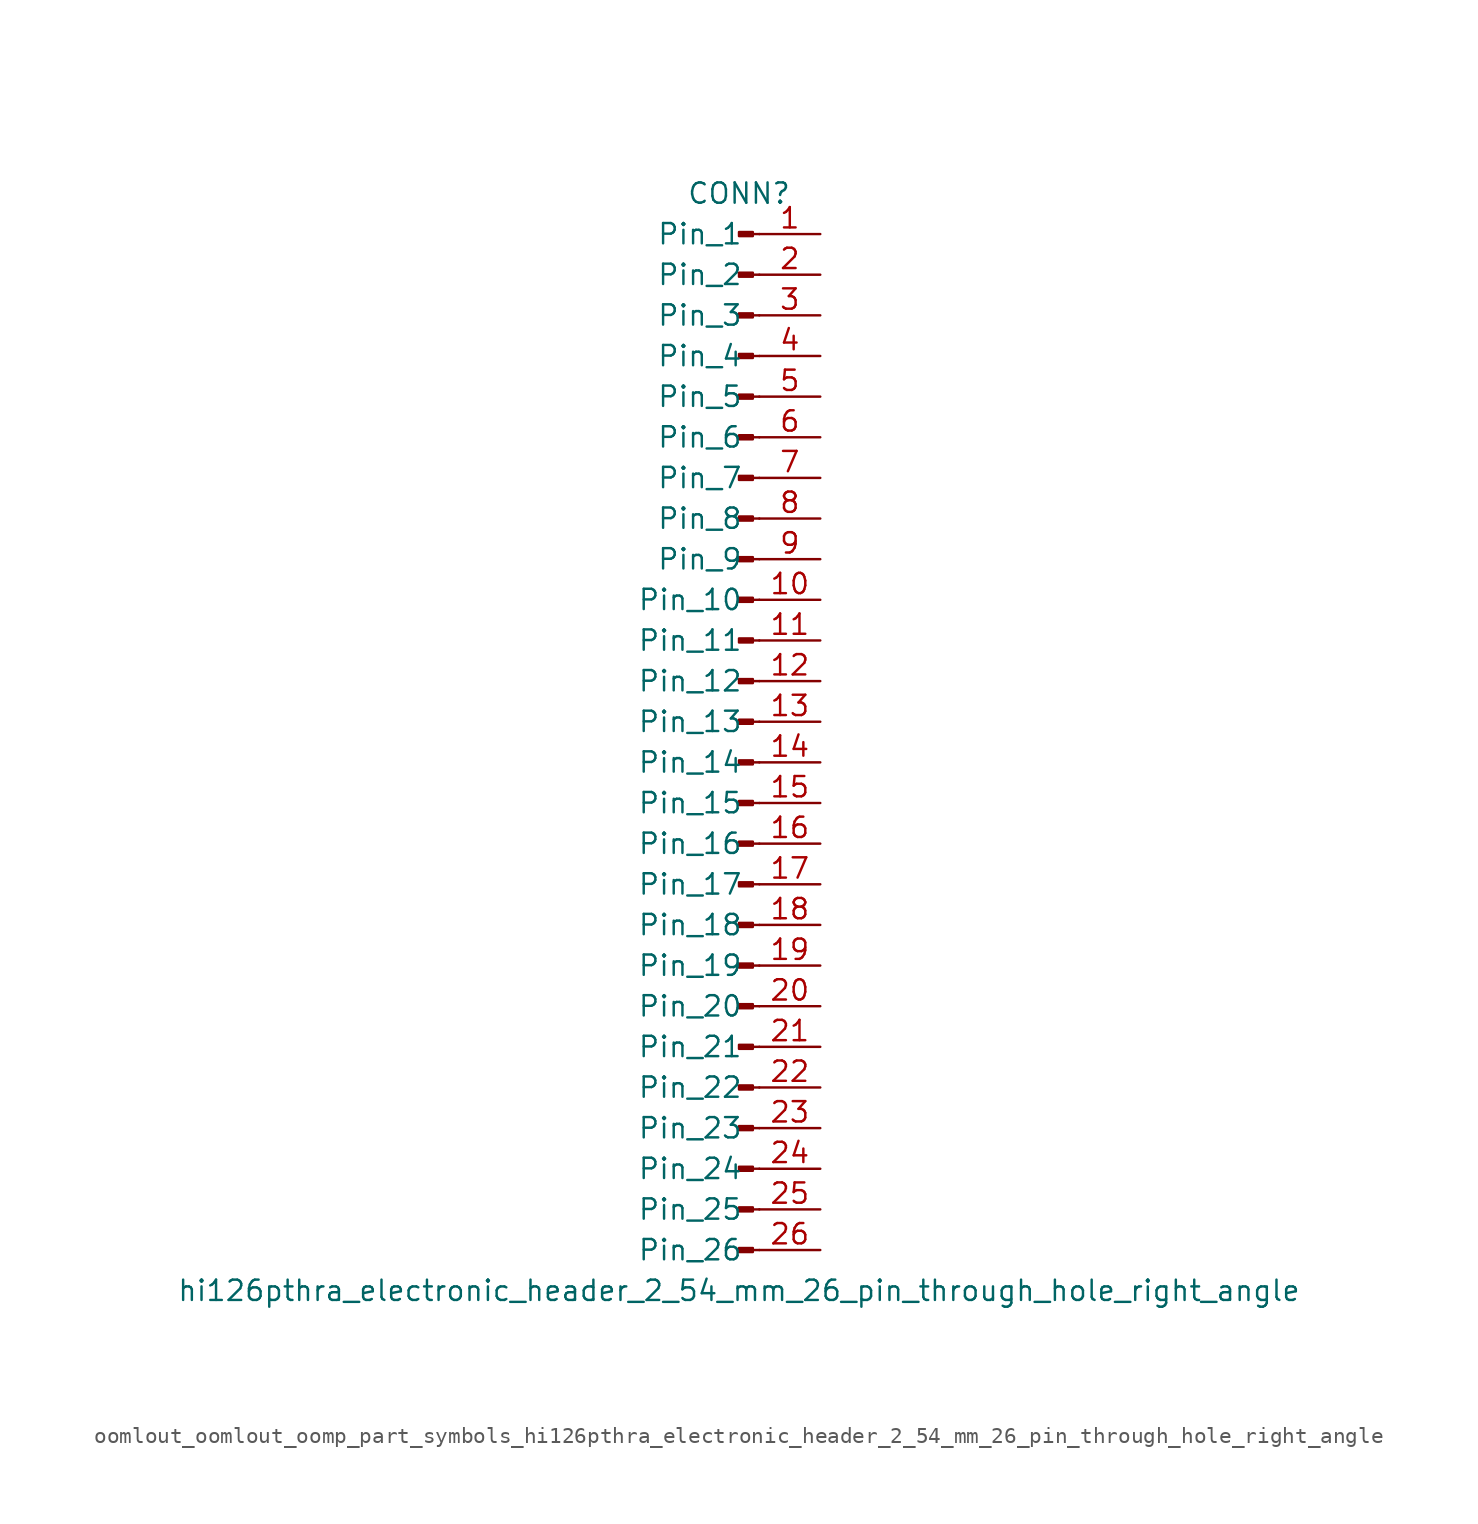
<source format=kicad_sym>
(kicad_symbol_lib
  (version 20220914)
  (generator kicad_symbol_editor)
  (symbol "oomlout_oomlout_oomp_part_symbols_hi126pthra_electronic_header_2_54_mm_26_pin_through_hole_right_angle"
    (pin_names
      (offset 1.016))
    (property "Reference" "CONN"
      (at 0 33.02 0)
      (effects (font (size 1.27 1.27))))
    (property "Value" "hi126pthra_electronic_header_2_54_mm_26_pin_through_hole_right_angle"
      (at 0 -35.56 0)
      (effects (font (size 1.27 1.27))))
    (property "ki_locked" ""
      (at 0 0 0)
      (effects (font (size 1.27 1.27))))
    (symbol "oomlout_oomlout_oomp_part_symbols_hi126pthra_electronic_header_2_54_mm_26_pin_through_hole_right_angle_1_1"
      (polyline (pts (xy 1.27 -33.02) (xy 0.864 -33.02)) (stroke (width 0.152) (type default)) (fill (type none)))
      (polyline (pts (xy 1.27 -30.48) (xy 0.864 -30.48)) (stroke (width 0.152) (type default)) (fill (type none)))
      (polyline (pts (xy 1.27 -27.94) (xy 0.864 -27.94)) (stroke (width 0.152) (type default)) (fill (type none)))
      (polyline (pts (xy 1.27 -25.4) (xy 0.864 -25.4)) (stroke (width 0.152) (type default)) (fill (type none)))
      (polyline (pts (xy 1.27 -22.86) (xy 0.864 -22.86)) (stroke (width 0.152) (type default)) (fill (type none)))
      (polyline (pts (xy 1.27 -20.32) (xy 0.864 -20.32)) (stroke (width 0.152) (type default)) (fill (type none)))
      (polyline (pts (xy 1.27 -17.78) (xy 0.864 -17.78)) (stroke (width 0.152) (type default)) (fill (type none)))
      (polyline (pts (xy 1.27 -15.24) (xy 0.864 -15.24)) (stroke (width 0.152) (type default)) (fill (type none)))
      (polyline (pts (xy 1.27 -12.7) (xy 0.864 -12.7)) (stroke (width 0.152) (type default)) (fill (type none)))
      (polyline (pts (xy 1.27 -10.16) (xy 0.864 -10.16)) (stroke (width 0.152) (type default)) (fill (type none)))
      (polyline (pts (xy 1.27 -7.62) (xy 0.864 -7.62)) (stroke (width 0.152) (type default)) (fill (type none)))
      (polyline (pts (xy 1.27 -5.08) (xy 0.864 -5.08)) (stroke (width 0.152) (type default)) (fill (type none)))
      (polyline (pts (xy 1.27 -2.54) (xy 0.864 -2.54)) (stroke (width 0.152) (type default)) (fill (type none)))
      (polyline (pts (xy 1.27 0) (xy 0.864 0)) (stroke (width 0.152) (type default)) (fill (type none)))
      (polyline (pts (xy 1.27 2.54) (xy 0.864 2.54)) (stroke (width 0.152) (type default)) (fill (type none)))
      (polyline (pts (xy 1.27 5.08) (xy 0.864 5.08)) (stroke (width 0.152) (type default)) (fill (type none)))
      (polyline (pts (xy 1.27 7.62) (xy 0.864 7.62)) (stroke (width 0.152) (type default)) (fill (type none)))
      (polyline (pts (xy 1.27 10.16) (xy 0.864 10.16)) (stroke (width 0.152) (type default)) (fill (type none)))
      (polyline (pts (xy 1.27 12.7) (xy 0.864 12.7)) (stroke (width 0.152) (type default)) (fill (type none)))
      (polyline (pts (xy 1.27 15.24) (xy 0.864 15.24)) (stroke (width 0.152) (type default)) (fill (type none)))
      (polyline (pts (xy 1.27 17.78) (xy 0.864 17.78)) (stroke (width 0.152) (type default)) (fill (type none)))
      (polyline (pts (xy 1.27 20.32) (xy 0.864 20.32)) (stroke (width 0.152) (type default)) (fill (type none)))
      (polyline (pts (xy 1.27 22.86) (xy 0.864 22.86)) (stroke (width 0.152) (type default)) (fill (type none)))
      (polyline (pts (xy 1.27 25.4) (xy 0.864 25.4)) (stroke (width 0.152) (type default)) (fill (type none)))
      (polyline (pts (xy 1.27 27.94) (xy 0.864 27.94)) (stroke (width 0.152) (type default)) (fill (type none)))
      (polyline (pts (xy 1.27 30.48) (xy 0.864 30.48)) (stroke (width 0.152) (type default)) (fill (type none)))
      (rectangle (start 0.864 -32.893) (end 0 -33.147) (stroke (width 0.152) (type default)) (fill (type outline)))
      (rectangle (start 0.864 -30.353) (end 0 -30.607) (stroke (width 0.152) (type default)) (fill (type outline)))
      (rectangle (start 0.864 -27.813) (end 0 -28.067) (stroke (width 0.152) (type default)) (fill (type outline)))
      (rectangle (start 0.864 -25.273) (end 0 -25.527) (stroke (width 0.152) (type default)) (fill (type outline)))
      (rectangle (start 0.864 -22.733) (end 0 -22.987) (stroke (width 0.152) (type default)) (fill (type outline)))
      (rectangle (start 0.864 -20.193) (end 0 -20.447) (stroke (width 0.152) (type default)) (fill (type outline)))
      (rectangle (start 0.864 -17.653) (end 0 -17.907) (stroke (width 0.152) (type default)) (fill (type outline)))
      (rectangle (start 0.864 -15.113) (end 0 -15.367) (stroke (width 0.152) (type default)) (fill (type outline)))
      (rectangle (start 0.864 -12.573) (end 0 -12.827) (stroke (width 0.152) (type default)) (fill (type outline)))
      (rectangle (start 0.864 -10.033) (end 0 -10.287) (stroke (width 0.152) (type default)) (fill (type outline)))
      (rectangle (start 0.864 -7.493) (end 0 -7.747) (stroke (width 0.152) (type default)) (fill (type outline)))
      (rectangle (start 0.864 -4.953) (end 0 -5.207) (stroke (width 0.152) (type default)) (fill (type outline)))
      (rectangle (start 0.864 -2.413) (end 0 -2.667) (stroke (width 0.152) (type default)) (fill (type outline)))
      (rectangle (start 0.864 0.127) (end 0 -0.127) (stroke (width 0.152) (type default)) (fill (type outline)))
      (rectangle (start 0.864 2.667) (end 0 2.413) (stroke (width 0.152) (type default)) (fill (type outline)))
      (rectangle (start 0.864 5.207) (end 0 4.953) (stroke (width 0.152) (type default)) (fill (type outline)))
      (rectangle (start 0.864 7.747) (end 0 7.493) (stroke (width 0.152) (type default)) (fill (type outline)))
      (rectangle (start 0.864 10.287) (end 0 10.033) (stroke (width 0.152) (type default)) (fill (type outline)))
      (rectangle (start 0.864 12.827) (end 0 12.573) (stroke (width 0.152) (type default)) (fill (type outline)))
      (rectangle (start 0.864 15.367) (end 0 15.113) (stroke (width 0.152) (type default)) (fill (type outline)))
      (rectangle (start 0.864 17.907) (end 0 17.653) (stroke (width 0.152) (type default)) (fill (type outline)))
      (rectangle (start 0.864 20.447) (end 0 20.193) (stroke (width 0.152) (type default)) (fill (type outline)))
      (rectangle (start 0.864 22.987) (end 0 22.733) (stroke (width 0.152) (type default)) (fill (type outline)))
      (rectangle (start 0.864 25.527) (end 0 25.273) (stroke (width 0.152) (type default)) (fill (type outline)))
      (rectangle (start 0.864 28.067) (end 0 27.813) (stroke (width 0.152) (type default)) (fill (type outline)))
      (rectangle (start 0.864 30.607) (end 0 30.353) (stroke (width 0.152) (type default)) (fill (type outline)))
      (pin passive line (at 5.08 30.48 180) (length 3.81) (name "Pin_1" (effects (font (size 1.27 1.27)))) (number "1" (effects (font (size 1.27 1.27)))))
      (pin passive line (at 5.08 7.62 180) (length 3.81) (name "Pin_10" (effects (font (size 1.27 1.27)))) (number "10" (effects (font (size 1.27 1.27)))))
      (pin passive line (at 5.08 5.08 180) (length 3.81) (name "Pin_11" (effects (font (size 1.27 1.27)))) (number "11" (effects (font (size 1.27 1.27)))))
      (pin passive line (at 5.08 2.54 180) (length 3.81) (name "Pin_12" (effects (font (size 1.27 1.27)))) (number "12" (effects (font (size 1.27 1.27)))))
      (pin passive line (at 5.08 0 180) (length 3.81) (name "Pin_13" (effects (font (size 1.27 1.27)))) (number "13" (effects (font (size 1.27 1.27)))))
      (pin passive line (at 5.08 -2.54 180) (length 3.81) (name "Pin_14" (effects (font (size 1.27 1.27)))) (number "14" (effects (font (size 1.27 1.27)))))
      (pin passive line (at 5.08 -5.08 180) (length 3.81) (name "Pin_15" (effects (font (size 1.27 1.27)))) (number "15" (effects (font (size 1.27 1.27)))))
      (pin passive line (at 5.08 -7.62 180) (length 3.81) (name "Pin_16" (effects (font (size 1.27 1.27)))) (number "16" (effects (font (size 1.27 1.27)))))
      (pin passive line (at 5.08 -10.16 180) (length 3.81) (name "Pin_17" (effects (font (size 1.27 1.27)))) (number "17" (effects (font (size 1.27 1.27)))))
      (pin passive line (at 5.08 -12.7 180) (length 3.81) (name "Pin_18" (effects (font (size 1.27 1.27)))) (number "18" (effects (font (size 1.27 1.27)))))
      (pin passive line (at 5.08 -15.24 180) (length 3.81) (name "Pin_19" (effects (font (size 1.27 1.27)))) (number "19" (effects (font (size 1.27 1.27)))))
      (pin passive line (at 5.08 27.94 180) (length 3.81) (name "Pin_2" (effects (font (size 1.27 1.27)))) (number "2" (effects (font (size 1.27 1.27)))))
      (pin passive line (at 5.08 -17.78 180) (length 3.81) (name "Pin_20" (effects (font (size 1.27 1.27)))) (number "20" (effects (font (size 1.27 1.27)))))
      (pin passive line (at 5.08 -20.32 180) (length 3.81) (name "Pin_21" (effects (font (size 1.27 1.27)))) (number "21" (effects (font (size 1.27 1.27)))))
      (pin passive line (at 5.08 -22.86 180) (length 3.81) (name "Pin_22" (effects (font (size 1.27 1.27)))) (number "22" (effects (font (size 1.27 1.27)))))
      (pin passive line (at 5.08 -25.4 180) (length 3.81) (name "Pin_23" (effects (font (size 1.27 1.27)))) (number "23" (effects (font (size 1.27 1.27)))))
      (pin passive line (at 5.08 -27.94 180) (length 3.81) (name "Pin_24" (effects (font (size 1.27 1.27)))) (number "24" (effects (font (size 1.27 1.27)))))
      (pin passive line (at 5.08 -30.48 180) (length 3.81) (name "Pin_25" (effects (font (size 1.27 1.27)))) (number "25" (effects (font (size 1.27 1.27)))))
      (pin passive line (at 5.08 -33.02 180) (length 3.81) (name "Pin_26" (effects (font (size 1.27 1.27)))) (number "26" (effects (font (size 1.27 1.27)))))
      (pin passive line (at 5.08 25.4 180) (length 3.81) (name "Pin_3" (effects (font (size 1.27 1.27)))) (number "3" (effects (font (size 1.27 1.27)))))
      (pin passive line (at 5.08 22.86 180) (length 3.81) (name "Pin_4" (effects (font (size 1.27 1.27)))) (number "4" (effects (font (size 1.27 1.27)))))
      (pin passive line (at 5.08 20.32 180) (length 3.81) (name "Pin_5" (effects (font (size 1.27 1.27)))) (number "5" (effects (font (size 1.27 1.27)))))
      (pin passive line (at 5.08 17.78 180) (length 3.81) (name "Pin_6" (effects (font (size 1.27 1.27)))) (number "6" (effects (font (size 1.27 1.27)))))
      (pin passive line (at 5.08 15.24 180) (length 3.81) (name "Pin_7" (effects (font (size 1.27 1.27)))) (number "7" (effects (font (size 1.27 1.27)))))
      (pin passive line (at 5.08 12.7 180) (length 3.81) (name "Pin_8" (effects (font (size 1.27 1.27)))) (number "8" (effects (font (size 1.27 1.27)))))
      (pin passive line (at 5.08 10.16 180) (length 3.81) (name "Pin_9" (effects (font (size 1.27 1.27)))) (number "9" (effects (font (size 1.27 1.27))))))))
</source>
